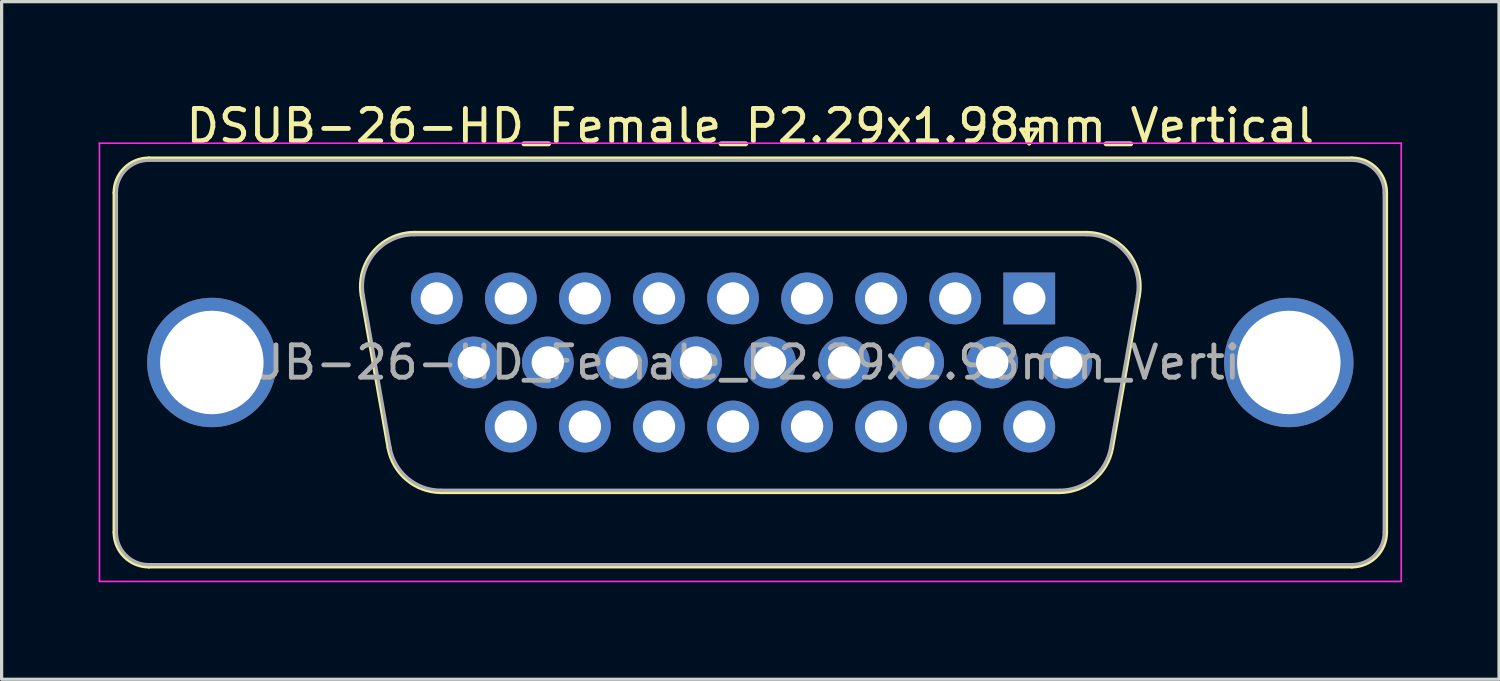
<source format=kicad_pcb>
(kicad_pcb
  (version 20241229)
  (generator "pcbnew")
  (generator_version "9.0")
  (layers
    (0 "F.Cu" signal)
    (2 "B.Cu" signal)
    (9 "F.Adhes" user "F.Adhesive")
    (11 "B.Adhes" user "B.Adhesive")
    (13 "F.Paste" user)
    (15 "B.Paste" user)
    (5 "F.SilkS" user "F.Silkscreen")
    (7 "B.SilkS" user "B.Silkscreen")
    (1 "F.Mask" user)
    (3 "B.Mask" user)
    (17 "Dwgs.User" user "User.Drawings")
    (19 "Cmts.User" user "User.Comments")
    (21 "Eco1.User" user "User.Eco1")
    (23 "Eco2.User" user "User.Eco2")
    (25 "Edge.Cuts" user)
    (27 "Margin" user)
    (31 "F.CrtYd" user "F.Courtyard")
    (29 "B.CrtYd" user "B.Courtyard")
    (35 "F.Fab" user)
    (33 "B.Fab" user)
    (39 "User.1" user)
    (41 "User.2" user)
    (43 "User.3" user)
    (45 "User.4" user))
  (footprint "DSUB-26-HD_Female_P2.29x1.98mm_Vertical"
    (layer "F.Cu")
    (at 28.775 6.178)
    (property "Reference" "DSUB-26-HD_Female_P2.29x1.98mm_Vertical" (at -8.625 -5.33 0) (layer "F.SilkS") (effects (font (size 1 1) (thickness 0.15))))
    (attr through_hole)
    (fp_line (start -28.285 7.23) (end -28.285 -3.27) (stroke (width 0.12) (type solid)) (layer "F.SilkS"))
    (fp_line (start -27.225 -4.33) (end 9.975 -4.33) (stroke (width 0.12) (type solid)) (layer "F.SilkS"))
    (fp_line (start -20.641 -0.082) (end -19.813 4.618) (stroke (width 0.12) (type solid)) (layer "F.SilkS"))
    (fp_line (start -19.007 -2.03) (end 1.757 -2.03) (stroke (width 0.12) (type solid)) (layer "F.SilkS"))
    (fp_line (start -18.178 5.99) (end 0.928 5.99) (stroke (width 0.12) (type solid)) (layer "F.SilkS"))
    (fp_line (start -0.25 -5.224) (end 0.25 -5.224) (stroke (width 0.12) (type solid)) (layer "F.SilkS"))
    (fp_line (start 0 -4.791) (end -0.25 -5.224) (stroke (width 0.12) (type solid)) (layer "F.SilkS"))
    (fp_line (start 0.25 -5.224) (end 0 -4.791) (stroke (width 0.12) (type solid)) (layer "F.SilkS"))
    (fp_line (start 3.391 -0.082) (end 2.563 4.618) (stroke (width 0.12) (type solid)) (layer "F.SilkS"))
    (fp_line (start 9.975 8.29) (end -27.225 8.29) (stroke (width 0.12) (type solid)) (layer "F.SilkS"))
    (fp_line (start 11.035 -3.27) (end 11.035 7.23) (stroke (width 0.12) (type solid)) (layer "F.SilkS"))
    (fp_arc (start -28.285 -3.27) (mid -27.974533 -4.019533) (end -27.225 -4.33) (stroke (width 0.12) (type solid)) (layer "F.SilkS"))
    (fp_arc (start -27.225 8.29) (mid -27.974533 7.979533) (end -28.285 7.23) (stroke (width 0.12) (type solid)) (layer "F.SilkS"))
    (fp_arc (start -20.64147 -0.081744) (mid -20.278323 -1.437028) (end -19.006689 -2.03) (stroke (width 0.12) (type solid)) (layer "F.SilkS"))
    (fp_arc (start -18.177952 5.99) (mid -19.244979 5.601634) (end -19.812733 4.618256) (stroke (width 0.12) (type solid)) (layer "F.SilkS"))
    (fp_arc (start 1.756689 -2.03) (mid 3.028323 -1.437027) (end 3.39147 -0.081744) (stroke (width 0.12) (type solid)) (layer "F.SilkS"))
    (fp_arc (start 2.562733 4.618256) (mid 1.99498 5.601634) (end 0.927952 5.99) (stroke (width 0.12) (type solid)) (layer "F.SilkS"))
    (fp_arc (start 9.975 -4.33) (mid 10.724533 -4.019533) (end 11.035 -3.27) (stroke (width 0.12) (type solid)) (layer "F.SilkS"))
    (fp_arc (start 11.035 7.23) (mid 10.724533 7.979533) (end 9.975 8.29) (stroke (width 0.12) (type solid)) (layer "F.SilkS"))
    (fp_line (start -28.75 -4.8) (end -28.75 8.75) (stroke (width 0.05) (type solid)) (layer "F.CrtYd"))
    (fp_line (start -28.75 8.75) (end 11.5 8.75) (stroke (width 0.05) (type solid)) (layer "F.CrtYd"))
    (fp_line (start 11.5 -4.8) (end -28.75 -4.8) (stroke (width 0.05) (type solid)) (layer "F.CrtYd"))
    (fp_line (start 11.5 8.75) (end 11.5 -4.8) (stroke (width 0.05) (type solid)) (layer "F.CrtYd"))
    (fp_line (start -28.225 7.23) (end -28.225 -3.27) (stroke (width 0.1) (type solid)) (layer "F.Fab"))
    (fp_line (start -27.225 -4.27) (end 9.975 -4.27) (stroke (width 0.1) (type solid)) (layer "F.Fab"))
    (fp_line (start -20.594 -0.092) (end -19.765 4.608) (stroke (width 0.1) (type solid)) (layer "F.Fab"))
    (fp_line (start -19.018 -1.97) (end 1.768 -1.97) (stroke (width 0.1) (type solid)) (layer "F.Fab"))
    (fp_line (start -18.189 5.93) (end 0.939 5.93) (stroke (width 0.1) (type solid)) (layer "F.Fab"))
    (fp_line (start 3.344 -0.092) (end 2.515 4.608) (stroke (width 0.1) (type solid)) (layer "F.Fab"))
    (fp_line (start 9.975 8.23) (end -27.225 8.23) (stroke (width 0.1) (type solid)) (layer "F.Fab"))
    (fp_line (start 10.975 -3.27) (end 10.975 7.23) (stroke (width 0.1) (type solid)) (layer "F.Fab"))
    (fp_arc (start -28.225 -3.27) (mid -27.932107 -3.977107) (end -27.225 -4.27) (stroke (width 0.1) (type solid)) (layer "F.Fab"))
    (fp_arc (start -27.225 8.23) (mid -27.932107 7.937107) (end -28.225 7.23) (stroke (width 0.1) (type solid)) (layer "F.Fab"))
    (fp_arc (start -20.593886 -0.092163) (mid -20.243865 -1.39846) (end -19.018194 -1.97) (stroke (width 0.1) (type solid)) (layer "F.Fab"))
    (fp_arc (start -18.189457 5.93) (mid -19.217917 5.555671) (end -19.765149 4.607837) (stroke (width 0.1) (type solid)) (layer "F.Fab"))
    (fp_arc (start 1.768194 -1.97) (mid 2.993865 -1.39846) (end 3.343886 -0.092163) (stroke (width 0.1) (type solid)) (layer "F.Fab"))
    (fp_arc (start 2.515149 4.607837) (mid 1.967917 5.555671) (end 0.939457 5.93) (stroke (width 0.1) (type solid)) (layer "F.Fab"))
    (fp_arc (start 9.975 -4.27) (mid 10.682107 -3.977107) (end 10.975 -3.27) (stroke (width 0.1) (type solid)) (layer "F.Fab"))
    (fp_arc (start 10.975 7.23) (mid 10.682107 7.937107) (end 9.975 8.23) (stroke (width 0.1) (type solid)) (layer "F.Fab"))
    (fp_text user "${REFERENCE}" (at -8.625 1.98 0) (layer "F.Fab") (effects (font (size 1 1) (thickness 0.15))))
    (pad "0" thru_hole circle (at -25.275 1.98) (size 4 4) (drill 3.2) (layers "*.Cu" "*.Mask"))
    (pad "0" thru_hole circle (at 8.025 1.98) (size 4 4) (drill 3.2) (layers "*.Cu" "*.Mask"))
    (pad "1" thru_hole rect (at 0 0) (size 1.6 1.6) (drill 1) (layers "*.Cu" "*.Mask"))
    (pad "2" thru_hole circle (at -2.29 0) (size 1.6 1.6) (drill 1) (layers "*.Cu" "*.Mask"))
    (pad "3" thru_hole circle (at -4.58 0) (size 1.6 1.6) (drill 1) (layers "*.Cu" "*.Mask"))
    (pad "4" thru_hole circle (at -6.87 0) (size 1.6 1.6) (drill 1) (layers "*.Cu" "*.Mask"))
    (pad "5" thru_hole circle (at -9.16 0) (size 1.6 1.6) (drill 1) (layers "*.Cu" "*.Mask"))
    (pad "6" thru_hole circle (at -11.45 0) (size 1.6 1.6) (drill 1) (layers "*.Cu" "*.Mask"))
    (pad "7" thru_hole circle (at -13.74 0) (size 1.6 1.6) (drill 1) (layers "*.Cu" "*.Mask"))
    (pad "8" thru_hole circle (at -16.03 0) (size 1.6 1.6) (drill 1) (layers "*.Cu" "*.Mask"))
    (pad "9" thru_hole circle (at -18.32 0) (size 1.6 1.6) (drill 1) (layers "*.Cu" "*.Mask"))
    (pad "10" thru_hole circle (at 1.145 1.98) (size 1.6 1.6) (drill 1) (layers "*.Cu" "*.Mask"))
    (pad "11" thru_hole circle (at -1.145 1.98) (size 1.6 1.6) (drill 1) (layers "*.Cu" "*.Mask"))
    (pad "12" thru_hole circle (at -3.435 1.98) (size 1.6 1.6) (drill 1) (layers "*.Cu" "*.Mask"))
    (pad "13" thru_hole circle (at -5.725 1.98) (size 1.6 1.6) (drill 1) (layers "*.Cu" "*.Mask"))
    (pad "14" thru_hole circle (at -8.015 1.98) (size 1.6 1.6) (drill 1) (layers "*.Cu" "*.Mask"))
    (pad "15" thru_hole circle (at -10.305 1.98) (size 1.6 1.6) (drill 1) (layers "*.Cu" "*.Mask"))
    (pad "16" thru_hole circle (at -12.595 1.98) (size 1.6 1.6) (drill 1) (layers "*.Cu" "*.Mask"))
    (pad "17" thru_hole circle (at -14.885 1.98) (size 1.6 1.6) (drill 1) (layers "*.Cu" "*.Mask"))
    (pad "18" thru_hole circle (at -17.175 1.98) (size 1.6 1.6) (drill 1) (layers "*.Cu" "*.Mask"))
    (pad "19" thru_hole circle (at 0 3.96) (size 1.6 1.6) (drill 1) (layers "*.Cu" "*.Mask"))
    (pad "20" thru_hole circle (at -2.29 3.96) (size 1.6 1.6) (drill 1) (layers "*.Cu" "*.Mask"))
    (pad "21" thru_hole circle (at -4.58 3.96) (size 1.6 1.6) (drill 1) (layers "*.Cu" "*.Mask"))
    (pad "22" thru_hole circle (at -6.87 3.96) (size 1.6 1.6) (drill 1) (layers "*.Cu" "*.Mask"))
    (pad "23" thru_hole circle (at -9.16 3.96) (size 1.6 1.6) (drill 1) (layers "*.Cu" "*.Mask"))
    (pad "24" thru_hole circle (at -11.45 3.96) (size 1.6 1.6) (drill 1) (layers "*.Cu" "*.Mask"))
    (pad "25" thru_hole circle (at -13.74 3.96) (size 1.6 1.6) (drill 1) (layers "*.Cu" "*.Mask"))
    (pad "26" thru_hole circle (at -16.03 3.96) (size 1.6 1.6) (drill 1) (layers "*.Cu" "*.Mask")))
  (gr_rect
    (start -3 -3)
    (end 43.3 17.953)
    (stroke (width 0.1) (type default))
    (fill no)
    (layer "Edge.Cuts")))
</source>
